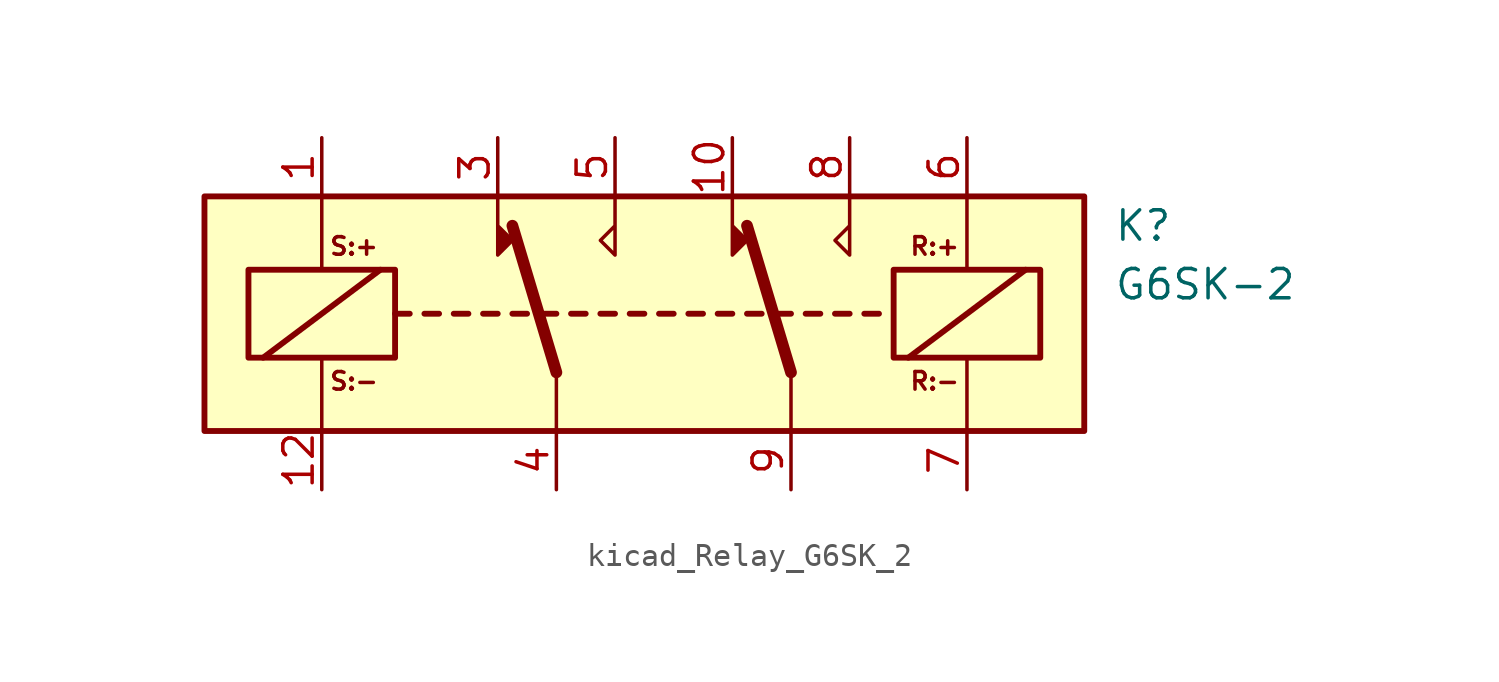
<source format=kicad_sym>
(kicad_symbol_lib
  (version 20220914)
  (generator kicad_symbol_editor)
  (symbol "kicad_Relay_G6SK_2"
    (property "Reference" "K"
      (at 21.59 3.81 0)
      (effects (font (size 1.27 1.27)) (justify left)))
    (property "Value" "G6SK-2"
      (at 21.59 1.27 0)
      (effects (font (size 1.27 1.27)) (justify left)))
    (symbol "kicad_Relay_G6SK_2_0_0"
      (text "R:+" (at 13.843 2.921 0) (effects (font (size 0.762 0.762))))
      (text "R:-" (at 13.843 -2.921 0) (effects (font (size 0.762 0.762))))
      (text "S:+" (at -11.303 2.921 0) (effects (font (size 0.762 0.762))))
      (text "S:-" (at -11.303 -2.921 0) (effects (font (size 0.762 0.762)))))
    (symbol "kicad_Relay_G6SK_2_0_1"
      (rectangle (start -17.78 5.08) (end 20.32 -5.08) (stroke (width 0.254) (type default)) (fill (type background)))
      (rectangle (start -15.875 1.905) (end -9.525 -1.905) (stroke (width 0.254) (type default)) (fill (type none)))
      (polyline (pts (xy -15.24 -1.905) (xy -10.16 1.905)) (stroke (width 0.254) (type default)) (fill (type none)))
      (polyline (pts (xy -12.7 -5.08) (xy -12.7 -1.905)) (stroke (width 0) (type default)) (fill (type none)))
      (polyline (pts (xy -12.7 5.08) (xy -12.7 1.905)) (stroke (width 0) (type default)) (fill (type none)))
      (polyline (pts (xy -9.525 0) (xy -8.89 0)) (stroke (width 0.254) (type default)) (fill (type none)))
      (polyline (pts (xy -8.255 0) (xy -7.62 0)) (stroke (width 0.254) (type default)) (fill (type none)))
      (polyline (pts (xy -6.985 0) (xy -6.35 0)) (stroke (width 0.254) (type default)) (fill (type none)))
      (polyline (pts (xy -5.715 0) (xy -5.08 0)) (stroke (width 0.254) (type default)) (fill (type none)))
      (polyline (pts (xy -4.445 0) (xy -3.81 0)) (stroke (width 0.254) (type default)) (fill (type none)))
      (polyline (pts (xy -3.175 0) (xy -2.54 0)) (stroke (width 0.254) (type default)) (fill (type none)))
      (polyline (pts (xy -2.54 -2.54) (xy -4.445 3.81)) (stroke (width 0.508) (type default)) (fill (type none)))
      (polyline (pts (xy -2.54 -2.54) (xy -2.54 -5.08)) (stroke (width 0) (type default)) (fill (type none)))
      (polyline (pts (xy -1.905 0) (xy -1.27 0)) (stroke (width 0.254) (type default)) (fill (type none)))
      (polyline (pts (xy -0.635 0) (xy 0 0)) (stroke (width 0.254) (type default)) (fill (type none)))
      (polyline (pts (xy 0.635 0) (xy 1.27 0)) (stroke (width 0.254) (type default)) (fill (type none)))
      (polyline (pts (xy 1.905 0) (xy 2.54 0)) (stroke (width 0.254) (type default)) (fill (type none)))
      (polyline (pts (xy 3.175 0) (xy 3.81 0)) (stroke (width 0.254) (type default)) (fill (type none)))
      (polyline (pts (xy 4.445 0) (xy 5.08 0)) (stroke (width 0.254) (type default)) (fill (type none)))
      (polyline (pts (xy 5.715 0) (xy 6.35 0)) (stroke (width 0.254) (type default)) (fill (type none)))
      (polyline (pts (xy 6.985 0) (xy 7.62 0)) (stroke (width 0.254) (type default)) (fill (type none)))
      (polyline (pts (xy 7.62 -2.54) (xy 5.715 3.81)) (stroke (width 0.508) (type default)) (fill (type none)))
      (polyline (pts (xy 7.62 -2.54) (xy 7.62 -5.08)) (stroke (width 0) (type default)) (fill (type none)))
      (polyline (pts (xy 8.255 0) (xy 8.89 0)) (stroke (width 0.254) (type default)) (fill (type none)))
      (polyline (pts (xy 9.525 0) (xy 10.16 0)) (stroke (width 0.254) (type default)) (fill (type none)))
      (polyline (pts (xy 10.795 0) (xy 11.43 0)) (stroke (width 0.254) (type default)) (fill (type none)))
      (polyline (pts (xy 12.7 -1.905) (xy 17.78 1.905)) (stroke (width 0.254) (type default)) (fill (type none)))
      (polyline (pts (xy 15.24 -5.08) (xy 15.24 -1.905)) (stroke (width 0) (type default)) (fill (type none)))
      (polyline (pts (xy 15.24 5.08) (xy 15.24 1.905)) (stroke (width 0) (type default)) (fill (type none)))
      (polyline (pts (xy -5.08 5.08) (xy -5.08 2.54) (xy -4.445 3.175) (xy -5.08 3.81)) (stroke (width 0) (type default)) (fill (type outline)))
      (polyline (pts (xy 0 5.08) (xy 0 2.54) (xy -0.635 3.175) (xy 0 3.81)) (stroke (width 0) (type default)) (fill (type none)))
      (polyline (pts (xy 5.08 5.08) (xy 5.08 2.54) (xy 5.715 3.175) (xy 5.08 3.81)) (stroke (width 0) (type default)) (fill (type outline)))
      (polyline (pts (xy 10.16 5.08) (xy 10.16 2.54) (xy 9.525 3.175) (xy 10.16 3.81)) (stroke (width 0) (type default)) (fill (type none)))
      (rectangle (start 12.065 1.905) (end 18.415 -1.905) (stroke (width 0.254) (type default)) (fill (type none))))
    (symbol "kicad_Relay_G6SK_2_1_1"
      (pin passive line (at -12.7 7.62 270) (length 2.54) (name "~" (effects (font (size 1.27 1.27)))) (number "1" (effects (font (size 1.27 1.27)))))
      (pin passive line (at 5.08 7.62 270) (length 2.54) (name "~" (effects (font (size 1.27 1.27)))) (number "10" (effects (font (size 1.27 1.27)))))
      (pin passive line (at -12.7 -7.62 90) (length 2.54) (name "~" (effects (font (size 1.27 1.27)))) (number "12" (effects (font (size 1.27 1.27)))))
      (pin passive line (at -5.08 7.62 270) (length 2.54) (name "~" (effects (font (size 1.27 1.27)))) (number "3" (effects (font (size 1.27 1.27)))))
      (pin passive line (at -2.54 -7.62 90) (length 2.54) (name "~" (effects (font (size 1.27 1.27)))) (number "4" (effects (font (size 1.27 1.27)))))
      (pin passive line (at 0 7.62 270) (length 2.54) (name "~" (effects (font (size 1.27 1.27)))) (number "5" (effects (font (size 1.27 1.27)))))
      (pin passive line (at 15.24 7.62 270) (length 2.54) (name "~" (effects (font (size 1.27 1.27)))) (number "6" (effects (font (size 1.27 1.27)))))
      (pin passive line (at 15.24 -7.62 90) (length 2.54) (name "~" (effects (font (size 1.27 1.27)))) (number "7" (effects (font (size 1.27 1.27)))))
      (pin passive line (at 10.16 7.62 270) (length 2.54) (name "~" (effects (font (size 1.27 1.27)))) (number "8" (effects (font (size 1.27 1.27)))))
      (pin passive line (at 7.62 -7.62 90) (length 2.54) (name "~" (effects (font (size 1.27 1.27)))) (number "9" (effects (font (size 1.27 1.27))))))))
</source>
